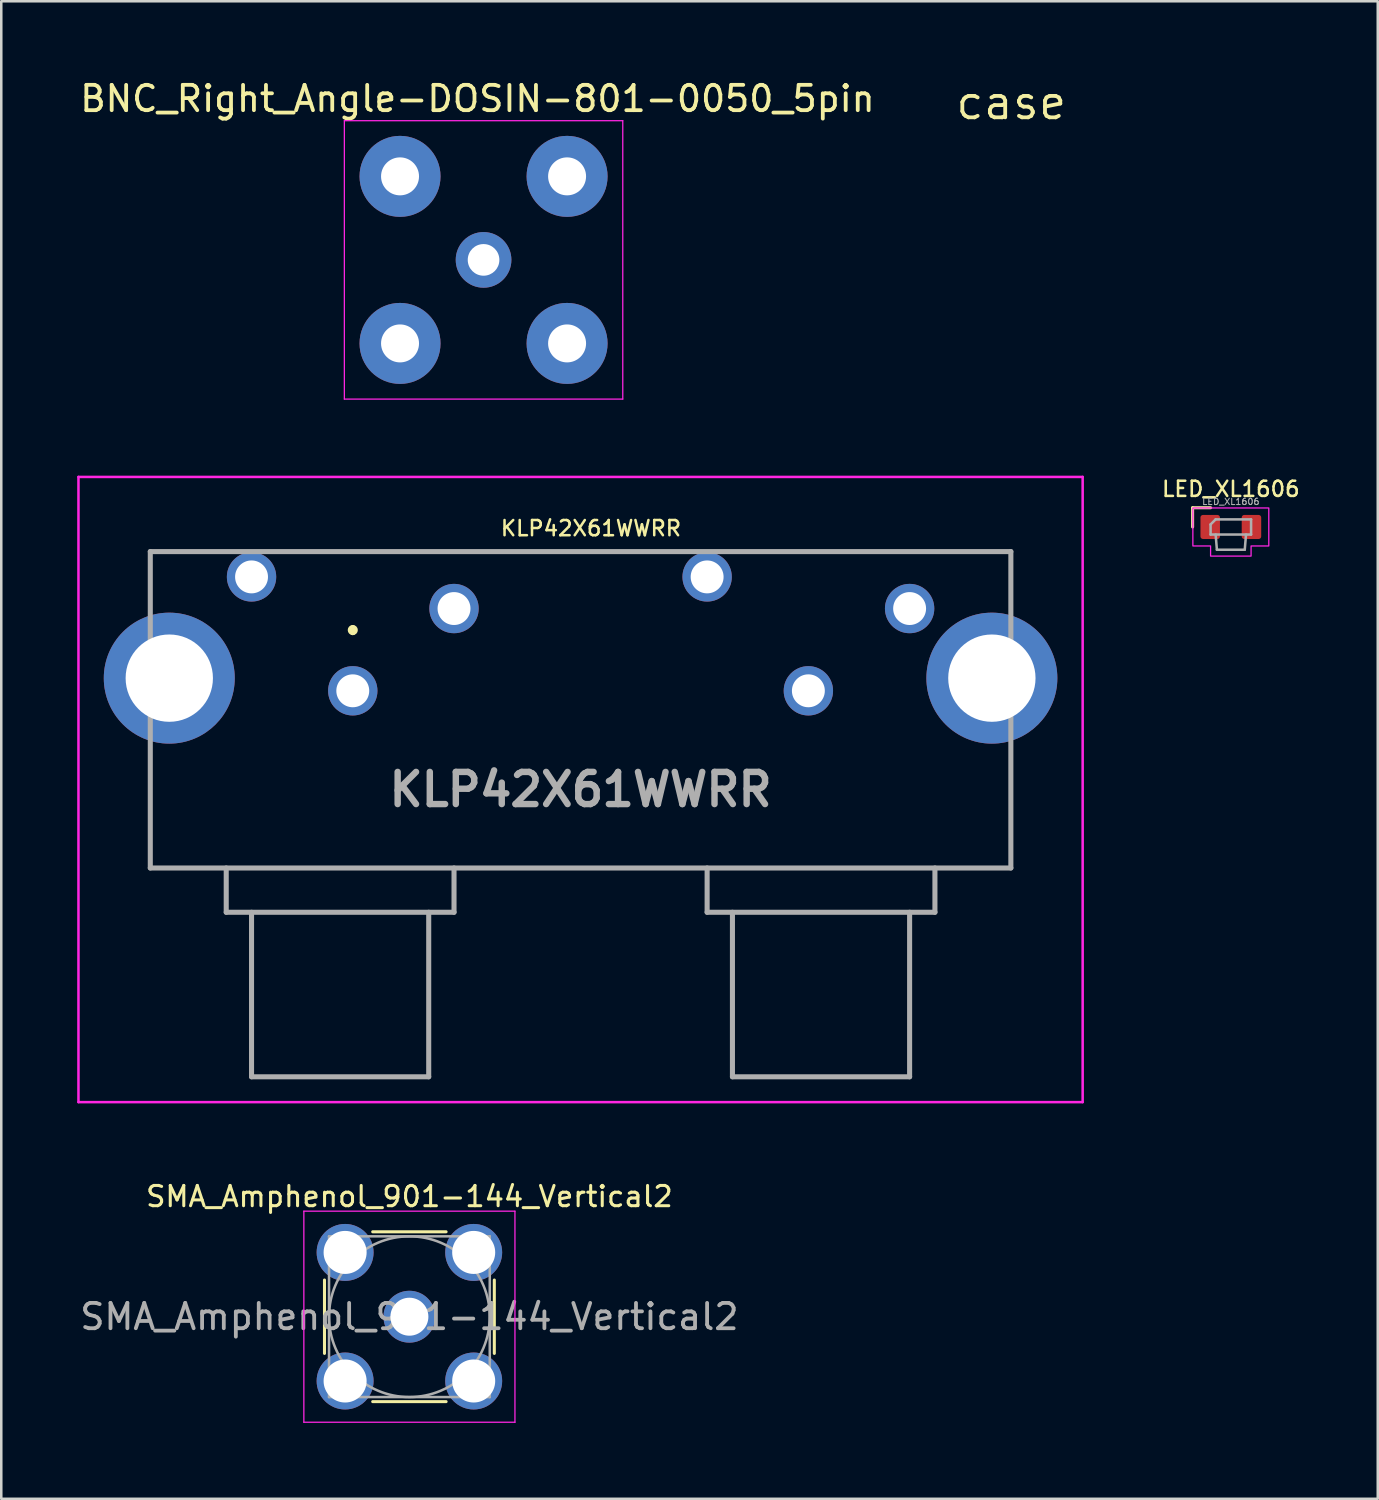
<source format=kicad_pcb>
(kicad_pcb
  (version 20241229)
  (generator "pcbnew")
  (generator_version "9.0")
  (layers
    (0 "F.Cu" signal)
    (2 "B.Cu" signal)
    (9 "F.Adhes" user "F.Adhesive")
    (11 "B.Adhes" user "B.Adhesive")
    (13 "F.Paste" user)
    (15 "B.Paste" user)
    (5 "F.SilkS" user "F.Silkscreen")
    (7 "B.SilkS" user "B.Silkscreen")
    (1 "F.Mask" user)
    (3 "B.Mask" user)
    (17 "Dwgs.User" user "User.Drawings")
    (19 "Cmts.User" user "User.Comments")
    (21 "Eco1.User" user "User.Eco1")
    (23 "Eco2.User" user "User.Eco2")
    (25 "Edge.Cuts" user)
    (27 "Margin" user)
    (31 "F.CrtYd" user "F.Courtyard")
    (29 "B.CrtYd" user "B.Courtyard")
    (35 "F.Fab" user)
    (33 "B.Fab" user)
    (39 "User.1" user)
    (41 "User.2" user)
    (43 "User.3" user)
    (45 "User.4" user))
  (footprint "case"
    (layer "F.Cu")
    (at 36.906 1.006)
    (property "Reference" "case" (at 0 0 0) (layer "F.SilkS") (effects (font (size 1.27 1.27) (thickness 0.15))))
    (attr through_hole)
    (fp_circle (center 0 0) (end 0 0.5) (stroke (width 0.1) (type default)) (fill no) (layer "User.1")))
  (footprint "LED_XL1606"
    (layer "F.Cu")
    (at 45.579 17.77)
    (property "Reference" "LED_XL1606" (at 0 -1.5 0) (layer "F.SilkS") (effects (font (size 0.6 0.6) (thickness 0.1))))
    (attr smd)
    (fp_line (start -1.51 -0.76) (end -0.8 -0.76) (stroke (width 0.12) (type default)) (layer "F.SilkS"))
    (fp_line (start -1.51 0) (end -1.51 -0.76) (stroke (width 0.12) (type default)) (layer "F.SilkS"))
    (fp_poly (pts (xy -0.8 1.15) (xy 0.8 1.15) (xy 0.8 0.75) (xy 1.5 0.75) (xy 1.5 -0.75) (xy -1.5 -0.75) (xy -1.5 0.75) (xy -0.8 0.75)) (stroke (width 0.05) (type solid)) (fill no) (layer "F.CrtYd"))
    (fp_line (start -0.8 -0.1) (end -0.8 0.3) (stroke (width 0.1) (type default)) (layer "F.Fab"))
    (fp_line (start -0.8 0.3) (end 0.8 0.3) (stroke (width 0.1) (type default)) (layer "F.Fab"))
    (fp_line (start -0.6 -0.3) (end -0.8 -0.1) (stroke (width 0.1) (type default)) (layer "F.Fab"))
    (fp_line (start -0.6 0.3) (end -0.55 0.9) (stroke (width 0.1) (type default)) (layer "F.Fab"))
    (fp_line (start -0.55 0.9) (end 0.55 0.9) (stroke (width 0.1) (type default)) (layer "F.Fab"))
    (fp_line (start 0.6 0.3) (end 0.55 0.9) (stroke (width 0.1) (type default)) (layer "F.Fab"))
    (fp_line (start 0.8 -0.3) (end -0.6 -0.3) (stroke (width 0.1) (type default)) (layer "F.Fab"))
    (fp_line (start 0.8 0.3) (end 0.8 -0.3) (stroke (width 0.1) (type default)) (layer "F.Fab"))
    (fp_text user "${REFERENCE}" (at 0 -1 0) (layer "F.Fab") (effects (font (size 0.25 0.25) (thickness 0.04))))
    (pad "1" smd roundrect (at -0.815 0) (size 0.77 0.95) (layers "F.Cu" "F.Mask" "F.Paste") (roundrect_rratio 0.13))
    (pad "2" smd roundrect (at 0.815 0) (size 0.77 0.95) (layers "F.Cu" "F.Mask" "F.Paste") (roundrect_rratio 0.13)))
  (footprint "BNC_Right_Angle-DOSIN-801-0050_5pin"
    (layer "F.Cu")
    (at 16.055 7.218)
    (property "Reference" "BNC_Right_Angle-DOSIN-801-0050_5pin" (at -0.24 -6.37 0) (layer "F.SilkS") (effects (font (size 1 1) (thickness 0.15))))
    (attr through_hole dnp)
    (fp_line (start -5.5 -5.5) (end 5.5 -5.5) (stroke (width 0.05) (type solid)) (layer "F.CrtYd"))
    (fp_line (start -5.5 5.5) (end -5.5 -5.5) (stroke (width 0.05) (type solid)) (layer "F.CrtYd"))
    (fp_line (start 5.5 -5.5) (end 5.5 5.5) (stroke (width 0.05) (type solid)) (layer "F.CrtYd"))
    (fp_line (start 5.5 5.5) (end -5.5 5.5) (stroke (width 0.05) (type solid)) (layer "F.CrtYd"))
    (pad "1" thru_hole circle (at 0 0) (size 2.2 2.2) (drill 1.25) (layers "*.Cu" "*.Mask"))
    (pad "2" thru_hole circle (at -3.3 -3.3) (size 3.2 3.2) (drill 1.5) (layers "*.Cu" "*.Mask"))
    (pad "3" thru_hole circle (at 3.3 -3.3) (size 3.2 3.2) (drill 1.5) (layers "*.Cu" "*.Mask"))
    (pad "4" thru_hole circle (at -3.3 3.3) (size 3.2 3.2) (drill 1.5) (layers "*.Cu" "*.Mask"))
    (pad "5" thru_hole circle (at 3.3 3.3) (size 3.2 3.2) (drill 1.5) (layers "*.Cu" "*.Mask")))
  (footprint "SMA_Amphenol_901-144_Vertical2"
    (layer "F.Cu")
    (at 13.125 48.972)
    (property "Reference" "SMA_Amphenol_901-144_Vertical2" (at 0 -4.75 0) (layer "F.SilkS") (effects (font (size 0.8 0.8) (thickness 0.12))))
    (attr through_hole)
    (fp_line (start -3.355 -1.45) (end -3.355 1.45) (stroke (width 0.12) (type solid)) (layer "F.SilkS"))
    (fp_line (start -1.45 -3.355) (end 1.45 -3.355) (stroke (width 0.12) (type solid)) (layer "F.SilkS"))
    (fp_line (start -1.45 3.355) (end 1.45 3.355) (stroke (width 0.12) (type solid)) (layer "F.SilkS"))
    (fp_line (start 3.355 -1.45) (end 3.355 1.45) (stroke (width 0.12) (type solid)) (layer "F.SilkS"))
    (fp_line (start -4.17 -4.17) (end -4.17 4.17) (stroke (width 0.05) (type solid)) (layer "F.CrtYd"))
    (fp_line (start -4.17 -4.17) (end 4.17 -4.17) (stroke (width 0.05) (type solid)) (layer "F.CrtYd"))
    (fp_line (start 4.17 4.17) (end -4.17 4.17) (stroke (width 0.05) (type solid)) (layer "F.CrtYd"))
    (fp_line (start 4.17 4.17) (end 4.17 -4.17) (stroke (width 0.05) (type solid)) (layer "F.CrtYd"))
    (fp_line (start -3.175 -3.175) (end -3.175 3.175) (stroke (width 0.1) (type solid)) (layer "F.Fab"))
    (fp_line (start -3.175 -3.175) (end 3.175 -3.175) (stroke (width 0.1) (type solid)) (layer "F.Fab"))
    (fp_line (start -3.175 3.175) (end 3.175 3.175) (stroke (width 0.1) (type solid)) (layer "F.Fab"))
    (fp_line (start 3.175 -3.175) (end 3.175 3.175) (stroke (width 0.1) (type solid)) (layer "F.Fab"))
    (fp_circle (center 0 0) (end 3.175 0) (stroke (width 0.1) (type solid)) (fill no) (layer "F.Fab"))
    (fp_text user "${REFERENCE}" (at 0 0 0) (layer "F.Fab") (effects (font (size 1 1) (thickness 0.15))))
    (pad "1" thru_hole circle (at 0 0) (size 2.05 2.05) (drill 1.5) (layers "*.Cu" "*.Mask"))
    (pad "2" thru_hole circle (at -2.54 -2.54) (size 2.25 2.25) (drill 1.7) (layers "*.Cu" "*.Mask"))
    (pad "2" thru_hole circle (at -2.54 2.54) (size 2.25 2.25) (drill 1.7) (layers "*.Cu" "*.Mask"))
    (pad "2" thru_hole circle (at 2.54 -2.54) (size 2.25 2.25) (drill 1.7) (layers "*.Cu" "*.Mask"))
    (pad "2" thru_hole circle (at 2.54 2.54) (size 2.25 2.25) (drill 1.7) (layers "*.Cu" "*.Mask")))
  (footprint "KLP42X61WWRR"
    (layer "F.Cu")
    (at 10.888 24.243)
    (property "Reference" "KLP42X61WWRR" (at 9.41 -6.42 0) (layer "F.SilkS") (effects (font (size 0.6 0.6) (thickness 0.1))))
    (attr through_hole)
    (fp_line (start -8 -5.5) (end -6 -5.5) (stroke (width 0.1) (type solid)) (layer "F.SilkS"))
    (fp_line (start -8 2.75) (end -8 7) (stroke (width 0.1) (type solid)) (layer "F.SilkS"))
    (fp_line (start -8 7) (end 26 7) (stroke (width 0.1) (type solid)) (layer "F.SilkS"))
    (fp_line (start -2 -5.5) (end 11 -5.5) (stroke (width 0.1) (type solid)) (layer "F.SilkS"))
    (fp_line (start 0 -2.4) (end 0 -2.4) (stroke (width 0.2) (type solid)) (layer "F.SilkS"))
    (fp_line (start 0 -2.3) (end 0 -2.3) (stroke (width 0.2) (type solid)) (layer "F.SilkS"))
    (fp_line (start 26 -5.5) (end 16 -5.5) (stroke (width 0.1) (type solid)) (layer "F.SilkS"))
    (fp_line (start 26 7) (end 26 2.75) (stroke (width 0.1) (type solid)) (layer "F.SilkS"))
    (fp_arc (start 0 -2.5) (mid 0.1 -2.4) (end 0 -2.3) (stroke (width 0.2) (type solid)) (layer "F.SilkS"))
    (fp_arc (start 0 -2.3) (mid -0.1 -2.4) (end 0 -2.5) (stroke (width 0.2) (type solid)) (layer "F.SilkS"))
    (fp_line (start -10.838 -8.45) (end -10.838 16.25) (stroke (width 0.1) (type solid)) (layer "F.CrtYd"))
    (fp_line (start -10.838 16.25) (end 28.837 16.25) (stroke (width 0.1) (type solid)) (layer "F.CrtYd"))
    (fp_line (start 28.837 -8.45) (end -10.838 -8.45) (stroke (width 0.1) (type solid)) (layer "F.CrtYd"))
    (fp_line (start 28.837 16.25) (end 28.837 -8.45) (stroke (width 0.1) (type solid)) (layer "F.CrtYd"))
    (fp_line (start -8 -5.5) (end -8 7) (stroke (width 0.2) (type solid)) (layer "F.Fab"))
    (fp_line (start -8 7) (end 26 7) (stroke (width 0.2) (type solid)) (layer "F.Fab"))
    (fp_line (start -5 7) (end -5 8.75) (stroke (width 0.2) (type solid)) (layer "F.Fab"))
    (fp_line (start -5 8.75) (end 4 8.75) (stroke (width 0.2) (type solid)) (layer "F.Fab"))
    (fp_line (start -4 8.75) (end -4 15.25) (stroke (width 0.2) (type solid)) (layer "F.Fab"))
    (fp_line (start -4 15.25) (end 3 15.25) (stroke (width 0.2) (type solid)) (layer "F.Fab"))
    (fp_line (start 3 15.25) (end 3 8.75) (stroke (width 0.2) (type solid)) (layer "F.Fab"))
    (fp_line (start 4 8.75) (end 4 7) (stroke (width 0.2) (type solid)) (layer "F.Fab"))
    (fp_line (start 14 8.75) (end 14 7) (stroke (width 0.2) (type solid)) (layer "F.Fab"))
    (fp_line (start 15 15.25) (end 15 8.75) (stroke (width 0.2) (type solid)) (layer "F.Fab"))
    (fp_line (start 22 8.75) (end 22 15.25) (stroke (width 0.2) (type solid)) (layer "F.Fab"))
    (fp_line (start 22 15.25) (end 15 15.25) (stroke (width 0.2) (type solid)) (layer "F.Fab"))
    (fp_line (start 23 7) (end 23 8.75) (stroke (width 0.2) (type solid)) (layer "F.Fab"))
    (fp_line (start 23 8.75) (end 14 8.75) (stroke (width 0.2) (type solid)) (layer "F.Fab"))
    (fp_line (start 26 -5.5) (end -8 -5.5) (stroke (width 0.2) (type solid)) (layer "F.Fab"))
    (fp_line (start 26 7) (end 26 -5.5) (stroke (width 0.2) (type solid)) (layer "F.Fab"))
    (fp_text user "${REFERENCE}" (at 9 3.9 0) (layer "F.Fab") (effects (font (size 1.27 1.27) (thickness 0.254))))
    (pad "1" thru_hole circle (at 0 0) (size 1.95 1.95) (drill 1.3) (layers "*.Cu" "*.Mask"))
    (pad "2" thru_hole circle (at -4 -4.5) (size 1.95 1.95) (drill 1.3) (layers "*.Cu" "*.Mask"))
    (pad "3" thru_hole circle (at 4 -3.25) (size 1.95 1.95) (drill 1.3) (layers "*.Cu" "*.Mask"))
    (pad "4" thru_hole circle (at 18 0) (size 1.95 1.95) (drill 1.3) (layers "*.Cu" "*.Mask"))
    (pad "5" thru_hole circle (at 14 -4.5) (size 1.95 1.95) (drill 1.3) (layers "*.Cu" "*.Mask"))
    (pad "6" thru_hole circle (at 22 -3.25) (size 1.95 1.95) (drill 1.3) (layers "*.Cu" "*.Mask"))
    (pad "MH1" thru_hole circle (at -7.25 -0.5) (size 5.175 5.175) (drill 3.45) (layers "*.Cu" "*.Mask"))
    (pad "MH2" thru_hole circle (at 25.25 -0.5) (size 5.175 5.175) (drill 3.45) (layers "*.Cu" "*.Mask")))
  (gr_rect
    (start -3 -3)
    (end 51.384 56.167)
    (stroke (width 0.1) (type default))
    (fill no)
    (layer "Edge.Cuts")))
</source>
